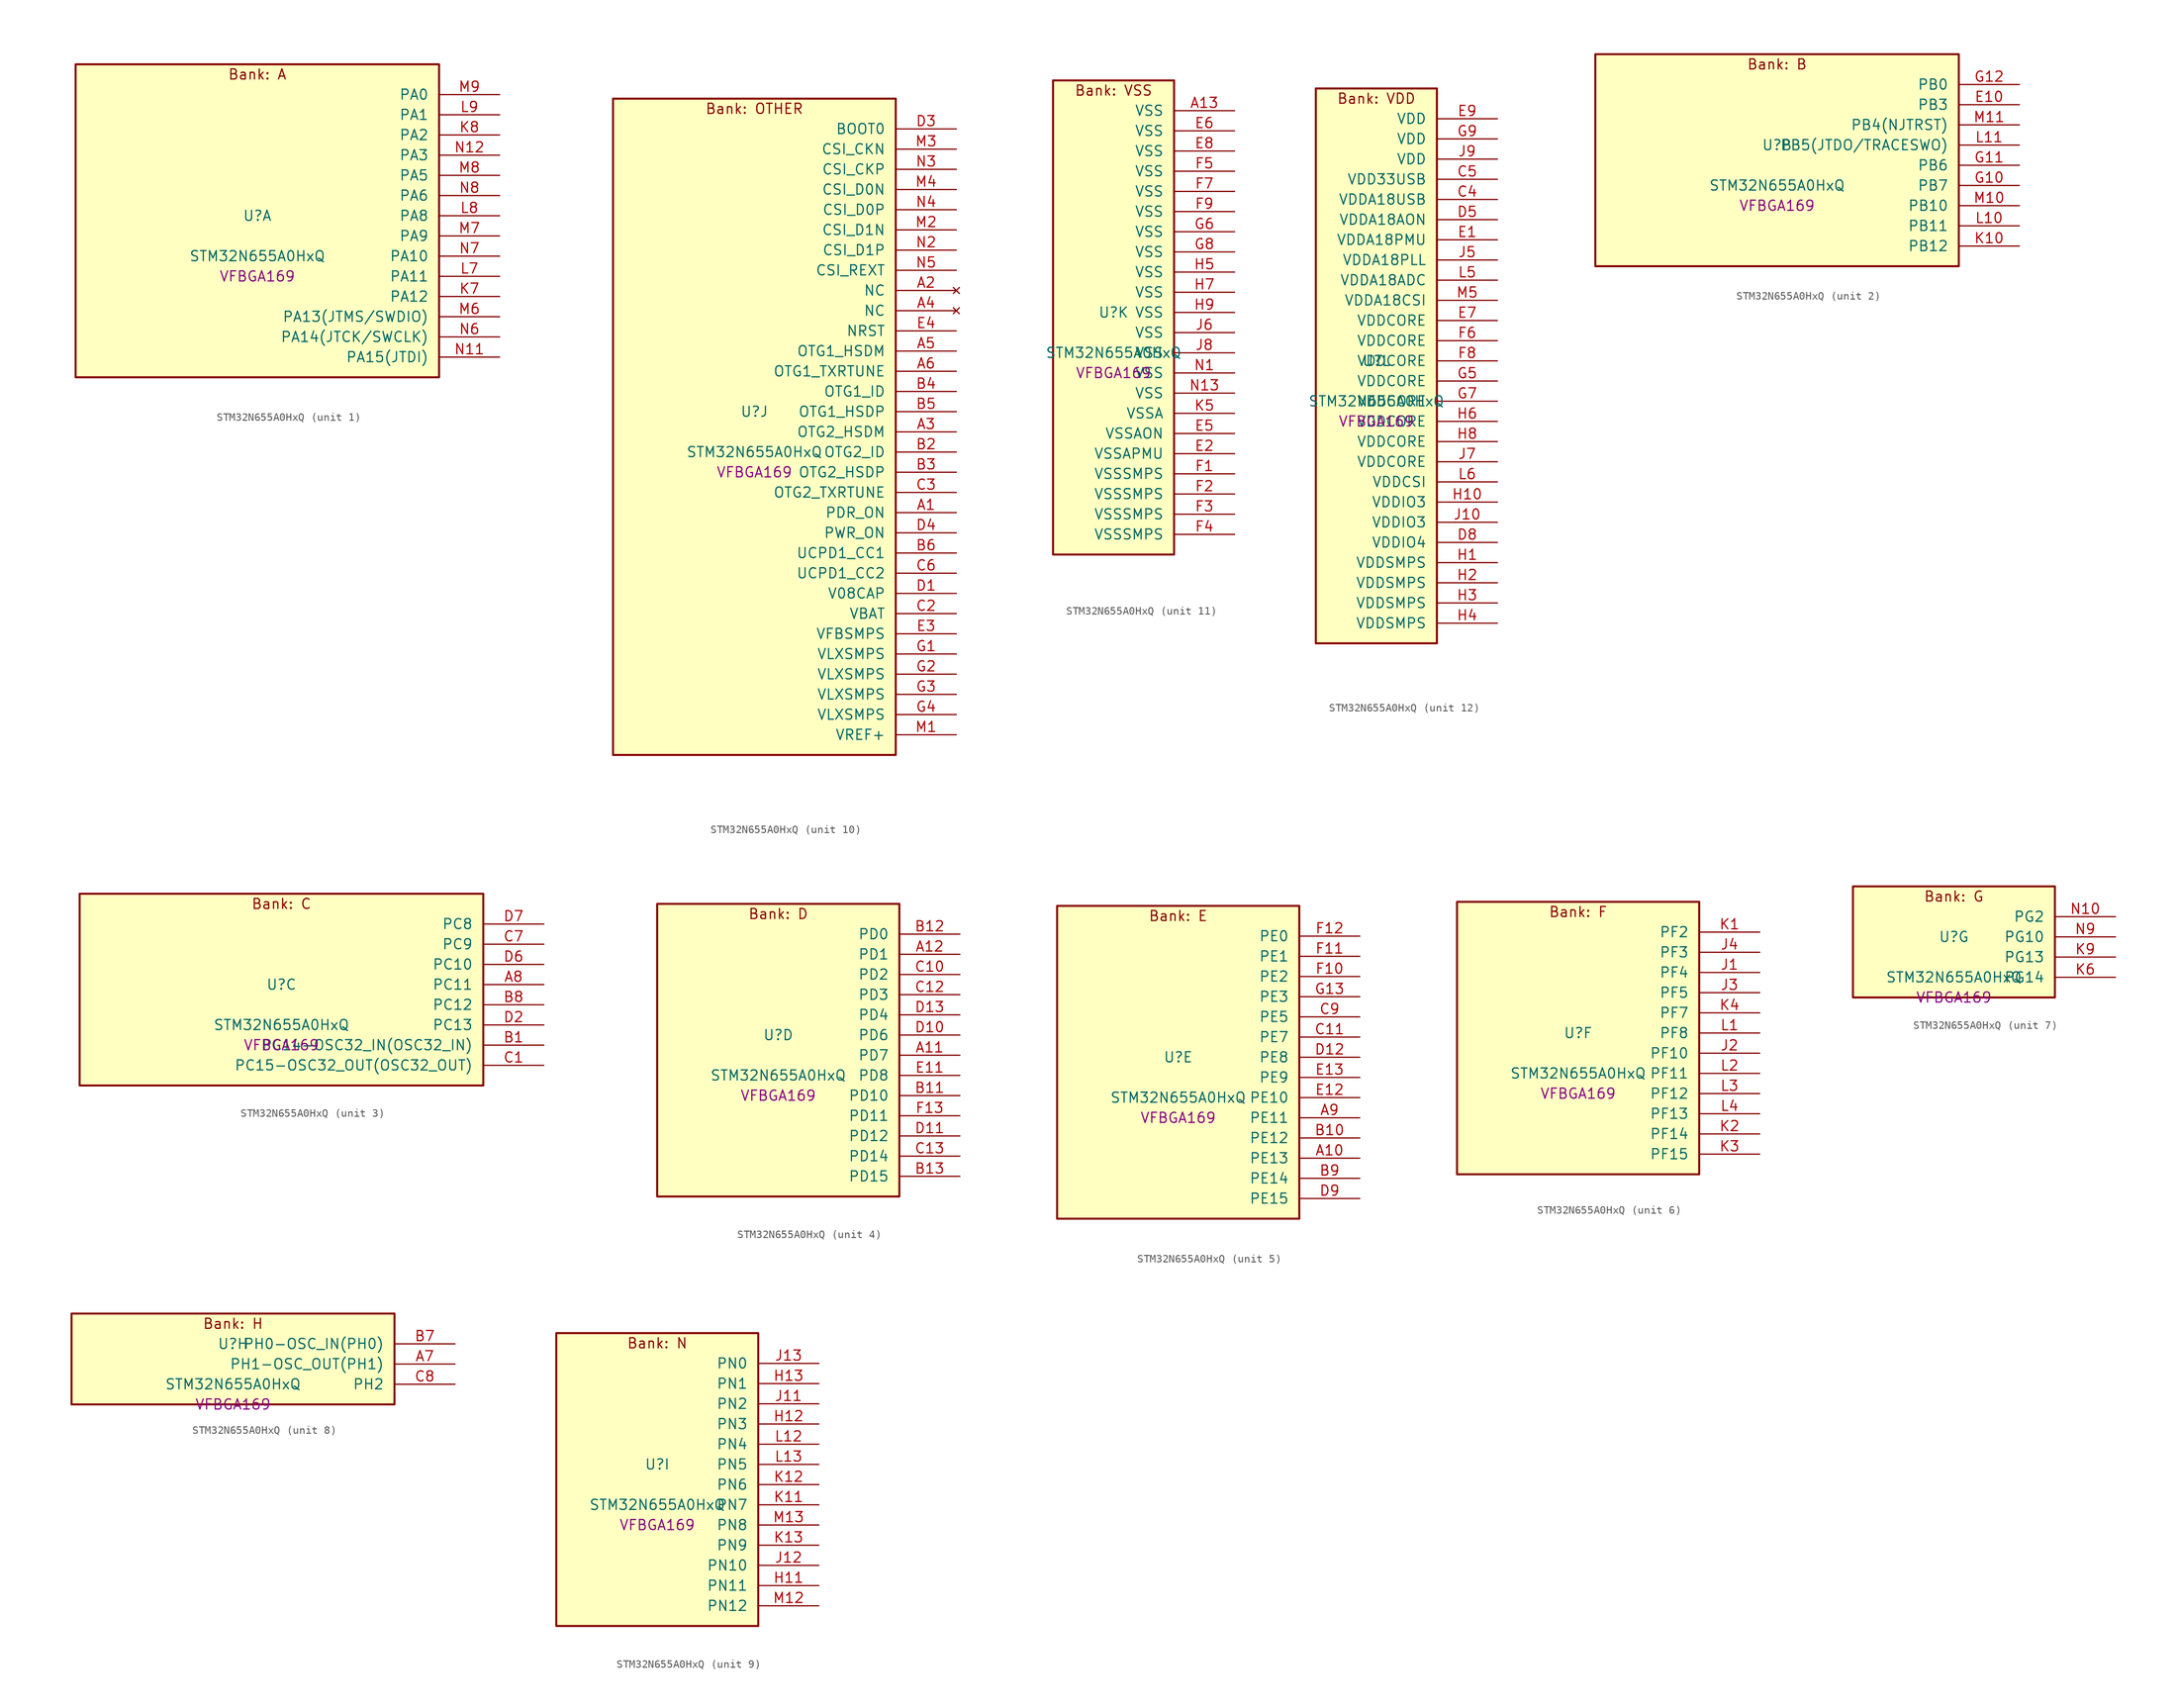
<source format=kicad_sym>
(kicad_symbol_lib
  (version 20241209)
  (generator "stm32_pkl_generator")
  (generator_version "1.0")
  (symbol "STM32N655A0HxQ"
    (pin_names
      (offset 1.27))
    (property "Reference" "U"
      (at 0 2.54 0))
    (property "Value" "STM32N655A0HxQ"
      (at 0 -2.54 0))
    (property "Footprint" "VFBGA169"
      (at 0 -5.08 0))
    (symbol "STM32N655A0HxQ_1_1"
      (rectangle (start -22.86 21.59) (end 22.86 -17.78) (stroke (width 0.254) (type solid)) (fill (type background)))
      (text "Bank: A" (at 0 20.32 0))
      (pin bidirectional line (at 30.48 17.78 180) (length 7.62) (name "PA0") (number "M9") (alternate "PA0/ADC1_INN1" bidirectional line) (alternate "PA0/ADC1_INP0" bidirectional line) (alternate "PA0/ADC2_INN1" bidirectional line) (alternate "PA0/ADC2_INP0" bidirectional line) (alternate "PA0/HDP_HDP0" bidirectional line) (alternate "PA0/I2S6_WS" bidirectional line) (alternate "PA0/LTDC_G3" bidirectional line) (alternate "PA0/PWR_WKUP1" bidirectional line) (alternate "PA0/SAI2_SD_B" bidirectional line) (alternate "PA0/SPI6_NSS" bidirectional line) (alternate "PA0/TIM15_BKIN" bidirectional line) (alternate "PA0/TIM2_CH1" bidirectional line) (alternate "PA0/TIM9_CH1" bidirectional line) (alternate "PA0/UART4_TX" bidirectional line))
      (pin bidirectional line (at 30.48 15.24 180) (length 7.62) (name "PA1") (number "L9") (alternate "PA1/ADC1_INP1" bidirectional line) (alternate "PA1/ADC2_INP1" bidirectional line) (alternate "PA1/DCMIPP_D0" bidirectional line) (alternate "PA1/DCMI_D0" bidirectional line) (alternate "PA1/HDP_HDP1" bidirectional line) (alternate "PA1/LTDC_G2" bidirectional line) (alternate "PA1/PSSI_D0" bidirectional line) (alternate "PA1/SAI2_MCLK_B" bidirectional line) (alternate "PA1/TIM15_CH1N" bidirectional line) (alternate "PA1/TIM2_CH2" bidirectional line) (alternate "PA1/UART4_RX" bidirectional line))
      (pin bidirectional line (at 30.48 12.7 180) (length 7.62) (name "PA2") (number "K8") (alternate "PA2/ADC1_INP14" bidirectional line) (alternate "PA2/ADC2_INP14" bidirectional line) (alternate "PA2/HDP_HDP2" bidirectional line) (alternate "PA2/LTDC_B7" bidirectional line) (alternate "PA2/MDIOS_MDIO" bidirectional line) (alternate "PA2/PWR_WKUP2" bidirectional line) (alternate "PA2/SAI2_SCK_B" bidirectional line) (alternate "PA2/TIM15_CH1" bidirectional line) (alternate "PA2/TIM2_CH3" bidirectional line))
      (pin bidirectional line (at 30.48 10.16 180) (length 7.62) (name "PA3") (number "N12") (alternate "PA3/SAI1_SD_B" bidirectional line) (alternate "PA3/SPI5_NSS" bidirectional line) (alternate "PA3/TIM16_CH1" bidirectional line) (alternate "PA3/UART7_RX" bidirectional line))
      (pin bidirectional line (at 30.48 7.62 180) (length 7.62) (name "PA5") (number "M8") (alternate "PA5/ADC2_INP18" bidirectional line) (alternate "PA5/DCMIPP_D8" bidirectional line) (alternate "PA5/DCMI_D8" bidirectional line) (alternate "PA5/HDP_HDP5" bidirectional line) (alternate "PA5/I2S1_CK" bidirectional line) (alternate "PA5/I2S6_CK" bidirectional line) (alternate "PA5/I3C1_SCL" bidirectional line) (alternate "PA5/LTDC_CLK" bidirectional line) (alternate "PA5/PSSI_D8" bidirectional line) (alternate "PA5/PWR_CSTOP" bidirectional line) (alternate "PA5/SPI1_SCK" bidirectional line) (alternate "PA5/SPI6_SCK" bidirectional line) (alternate "PA5/TIM10_CH1" bidirectional line) (alternate "PA5/TIM2_CH1" bidirectional line) (alternate "PA5/TIM2_ETR" bidirectional line) (alternate "PA5/TIM9_CH2" bidirectional line))
      (pin bidirectional line (at 30.48 5.08 180) (length 7.62) (name "PA6") (number "N8") (alternate "PA6/ADC1_INP3" bidirectional line) (alternate "PA6/ADC2_INP3" bidirectional line) (alternate "PA6/BOOT1" bidirectional line) (alternate "PA6/DCMIPP_PIXCLK" bidirectional line) (alternate "PA6/DCMI_PIXCLK" bidirectional line) (alternate "PA6/HDP_HDP6" bidirectional line) (alternate "PA6/I2S1_SDI" bidirectional line) (alternate "PA6/I2S6_SDI" bidirectional line) (alternate "PA6/I3C1_SDA" bidirectional line) (alternate "PA6/LTDC_B7" bidirectional line) (alternate "PA6/LTDC_HSYNC" bidirectional line) (alternate "PA6/MDIOS_MDC" bidirectional line) (alternate "PA6/PSSI_PDCK" bidirectional line) (alternate "PA6/SPI1_MISO" bidirectional line) (alternate "PA6/SPI6_MISO" bidirectional line) (alternate "PA6/TIM13_CH1" bidirectional line) (alternate "PA6/TIM1_BKIN" bidirectional line) (alternate "PA6/TIM3_CH1" bidirectional line))
      (pin bidirectional line (at 30.48 2.54 180) (length 7.62) (name "PA8") (number "L8") (alternate "PA8/ADC1_INP5" bidirectional line) (alternate "PA8/ADC2_INP5" bidirectional line) (alternate "PA8/HDP_HDP0" bidirectional line) (alternate "PA8/I2C3_SCL" bidirectional line) (alternate "PA8/I3C2_SCL" bidirectional line) (alternate "PA8/LTDC_B6" bidirectional line) (alternate "PA8/RCC_MCO_1" bidirectional line) (alternate "PA8/TIM11_CH1" bidirectional line) (alternate "PA8/TIM1_CH1" bidirectional line) (alternate "PA8/UART7_RX" bidirectional line) (alternate "PA8/USART1_CK" bidirectional line))
      (pin bidirectional line (at 30.48 0 180) (length 7.62) (name "PA9") (number "M7") (alternate "PA9/ADC1_INP10" bidirectional line) (alternate "PA9/ADC2_INP10" bidirectional line) (alternate "PA9/DCMIPP_D0" bidirectional line) (alternate "PA9/DCMI_D0" bidirectional line) (alternate "PA9/HDP_HDP1" bidirectional line) (alternate "PA9/I2C3_SDA" bidirectional line) (alternate "PA9/I2S2_CK" bidirectional line) (alternate "PA9/I3C2_SDA" bidirectional line) (alternate "PA9/LPUART1_TX" bidirectional line) (alternate "PA9/LTDC_B5" bidirectional line) (alternate "PA9/PSSI_D0" bidirectional line) (alternate "PA9/SPI2_SCK" bidirectional line) (alternate "PA9/TIM1_CH2" bidirectional line) (alternate "PA9/USART1_TX" bidirectional line))
      (pin bidirectional line (at 30.48 -2.54 180) (length 7.62) (name "PA10") (number "N7") (alternate "PA10/ADC1_INN10" bidirectional line) (alternate "PA10/ADC1_INP11" bidirectional line) (alternate "PA10/ADC2_INN10" bidirectional line) (alternate "PA10/ADC2_INP11" bidirectional line) (alternate "PA10/DCMIPP_D1" bidirectional line) (alternate "PA10/DCMI_D1" bidirectional line) (alternate "PA10/HDP_HDP2" bidirectional line) (alternate "PA10/LPUART1_RX" bidirectional line) (alternate "PA10/LTDC_B4" bidirectional line) (alternate "PA10/MDIOS_MDIO" bidirectional line) (alternate "PA10/PSSI_D1" bidirectional line) (alternate "PA10/PWR_CSLEEP" bidirectional line) (alternate "PA10/TIM1_CH3" bidirectional line) (alternate "PA10/USART1_RX" bidirectional line))
      (pin bidirectional line (at 30.48 -5.08 180) (length 7.62) (name "PA11") (number "L7") (alternate "PA11/ADC1_EXTI11" bidirectional line) (alternate "PA11/ADC1_INN11" bidirectional line) (alternate "PA11/ADC1_INP12" bidirectional line) (alternate "PA11/ADC2_EXTI11" bidirectional line) (alternate "PA11/ADC2_INN11" bidirectional line) (alternate "PA11/ADC2_INP12" bidirectional line) (alternate "PA11/FDCAN1_RX" bidirectional line) (alternate "PA11/HDP_HDP3" bidirectional line) (alternate "PA11/I2S2_WS" bidirectional line) (alternate "PA11/LPUART1_CTS" bidirectional line) (alternate "PA11/LTDC_B3" bidirectional line) (alternate "PA11/SPI2_NSS" bidirectional line) (alternate "PA11/TIM1_CH4" bidirectional line) (alternate "PA11/UART4_RX" bidirectional line) (alternate "PA11/USART1_CTS" bidirectional line) (alternate "PA11/USART1_NSS" bidirectional line))
      (pin bidirectional line (at 30.48 -7.62 180) (length 7.62) (name "PA12") (number "K7") (alternate "PA12/ADC1_INN12" bidirectional line) (alternate "PA12/ADC1_INP13" bidirectional line) (alternate "PA12/ADC2_INN12" bidirectional line) (alternate "PA12/ADC2_INP13" bidirectional line) (alternate "PA12/FDCAN1_TX" bidirectional line) (alternate "PA12/HDP_HDP4" bidirectional line) (alternate "PA12/I2S2_CK" bidirectional line) (alternate "PA12/LPUART1_RTS" bidirectional line) (alternate "PA12/LTDC_B2" bidirectional line) (alternate "PA12/SAI2_FS_B" bidirectional line) (alternate "PA12/SPI2_SCK" bidirectional line) (alternate "PA12/TIM1_ETR" bidirectional line) (alternate "PA12/UART4_TX" bidirectional line) (alternate "PA12/USART1_RTS" bidirectional line))
      (pin bidirectional line (at 30.48 -10.16 180) (length 7.62) (name "PA13(JTMS/SWDIO)") (number "M6") (alternate "PA13(JTMS/SWDIO)/DEBUG_JTMS-SWDIO" bidirectional line) (alternate "PA13(JTMS/SWDIO)/HDP_HDP5" bidirectional line))
      (pin bidirectional line (at 30.48 -12.7 180) (length 7.62) (name "PA14(JTCK/SWCLK)") (number "N6") (alternate "PA14(JTCK/SWCLK)/DEBUG_JTCK-SWCLK" bidirectional line) (alternate "PA14(JTCK/SWCLK)/HDP_HDP6" bidirectional line))
      (pin bidirectional line (at 30.48 -15.24 180) (length 7.62) (name "PA15(JTDI)") (number "N11") (alternate "PA15(JTDI)/ADC1_EXTI15" bidirectional line) (alternate "PA15(JTDI)/ADC2_EXTI15" bidirectional line) (alternate "PA15(JTDI)/DEBUG_JTDI" bidirectional line) (alternate "PA15(JTDI)/HDP_HDP7" bidirectional line) (alternate "PA15(JTDI)/I2S1_WS" bidirectional line) (alternate "PA15(JTDI)/I2S3_WS" bidirectional line) (alternate "PA15(JTDI)/I2S6_WS" bidirectional line) (alternate "PA15(JTDI)/LTDC_R5" bidirectional line) (alternate "PA15(JTDI)/SPI1_NSS" bidirectional line) (alternate "PA15(JTDI)/SPI3_NSS" bidirectional line) (alternate "PA15(JTDI)/SPI6_NSS" bidirectional line) (alternate "PA15(JTDI)/TIM2_CH1" bidirectional line) (alternate "PA15(JTDI)/TIM2_ETR" bidirectional line) (alternate "PA15(JTDI)/UART4_DE" bidirectional line) (alternate "PA15(JTDI)/UART4_RTS" bidirectional line) (alternate "PA15(JTDI)/UART7_TX" bidirectional line)))
    (symbol "STM32N655A0HxQ_2_1"
      (rectangle (start -22.86 13.97) (end 22.86 -12.7) (stroke (width 0.254) (type solid)) (fill (type background)))
      (text "Bank: B" (at 0 12.7 0))
      (pin bidirectional line (at 30.48 10.16 180) (length 7.62) (name "PB0") (number "G12") (alternate "PB0/ADF1_SDI0" bidirectional line) (alternate "PB0/DCMIPP_D4" bidirectional line) (alternate "PB0/DCMI_D4" bidirectional line) (alternate "PB0/DEBUG_TRACED1" bidirectional line) (alternate "PB0/MDF1_SDI2" bidirectional line) (alternate "PB0/PSSI_D4" bidirectional line) (alternate "PB0/SAI1_D2" bidirectional line) (alternate "PB0/SAI1_FS_A" bidirectional line) (alternate "PB0/SPI4_NSS" bidirectional line) (alternate "PB0/TIM15_CH1N" bidirectional line) (alternate "PB0/TIM1_CH4" bidirectional line))
      (pin bidirectional line (at 30.48 7.62 180) (length 7.62) (name "PB3") (number "E10") (alternate "PB3/DEBUG_JTDO-SWO" bidirectional line) (alternate "PB3/DEBUG_TRACECLK" bidirectional line) (alternate "PB3/GFXTIM_FCKCAL" bidirectional line) (alternate "PB3/GFXTIM_LCKCAL" bidirectional line) (alternate "PB3/HDP_HDP0" bidirectional line) (alternate "PB3/MDF1_CKI1" bidirectional line) (alternate "PB3/SAI2_FS_B" bidirectional line) (alternate "PB3/TIM1_CH4N" bidirectional line) (alternate "PB3/USART1_CK" bidirectional line))
      (pin bidirectional line (at 30.48 5.08 180) (length 7.62) (name "PB4(NJTRST)") (number "M11") (alternate "PB4(NJTRST)/DCMIPP_VSYNC" bidirectional line) (alternate "PB4(NJTRST)/DCMI_VSYNC" bidirectional line) (alternate "PB4(NJTRST)/DEBUG_NJTRST" bidirectional line) (alternate "PB4(NJTRST)/HDP_HDP4" bidirectional line) (alternate "PB4(NJTRST)/I2S1_SDI" bidirectional line) (alternate "PB4(NJTRST)/I2S2_WS" bidirectional line) (alternate "PB4(NJTRST)/I2S3_SDI" bidirectional line) (alternate "PB4(NJTRST)/I2S6_SDI" bidirectional line) (alternate "PB4(NJTRST)/LTDC_R3" bidirectional line) (alternate "PB4(NJTRST)/PSSI_RDY" bidirectional line) (alternate "PB4(NJTRST)/SPI1_MISO" bidirectional line) (alternate "PB4(NJTRST)/SPI2_NSS" bidirectional line) (alternate "PB4(NJTRST)/SPI3_MISO" bidirectional line) (alternate "PB4(NJTRST)/SPI6_MISO" bidirectional line) (alternate "PB4(NJTRST)/TIM16_BKIN" bidirectional line) (alternate "PB4(NJTRST)/TIM3_CH1" bidirectional line) (alternate "PB4(NJTRST)/UART7_TX" bidirectional line))
      (pin bidirectional line (at 30.48 2.54 180) (length 7.62) (name "PB5(JTDO/TRACESWO)") (number "L11") (alternate "PB5(JTDO/TRACESWO)/DCMIPP_D10" bidirectional line) (alternate "PB5(JTDO/TRACESWO)/DCMI_D10" bidirectional line) (alternate "PB5(JTDO/TRACESWO)/DEBUG_JTDO-SWO" bidirectional line) (alternate "PB5(JTDO/TRACESWO)/FDCAN2_RX" bidirectional line) (alternate "PB5(JTDO/TRACESWO)/HDP_HDP5" bidirectional line) (alternate "PB5(JTDO/TRACESWO)/I2S1_SDO" bidirectional line) (alternate "PB5(JTDO/TRACESWO)/I2S3_SDO" bidirectional line) (alternate "PB5(JTDO/TRACESWO)/I2S6_SDO" bidirectional line) (alternate "PB5(JTDO/TRACESWO)/LTDC_R2" bidirectional line) (alternate "PB5(JTDO/TRACESWO)/PSSI_D10" bidirectional line) (alternate "PB5(JTDO/TRACESWO)/SPI1_MOSI" bidirectional line) (alternate "PB5(JTDO/TRACESWO)/SPI3_MOSI" bidirectional line) (alternate "PB5(JTDO/TRACESWO)/SPI6_MOSI" bidirectional line) (alternate "PB5(JTDO/TRACESWO)/TIM3_CH2" bidirectional line) (alternate "PB5(JTDO/TRACESWO)/UART5_RX" bidirectional line))
      (pin bidirectional line (at 30.48 0 180) (length 7.62) (name "PB6") (number "G11") (alternate "PB6/ADF1_CCK1" bidirectional line) (alternate "PB6/DCMIPP_D6" bidirectional line) (alternate "PB6/DCMI_D6" bidirectional line) (alternate "PB6/DEBUG_TRACED2" bidirectional line) (alternate "PB6/MDF1_CCK1" bidirectional line) (alternate "PB6/PSSI_D6" bidirectional line) (alternate "PB6/SAI1_CK2" bidirectional line) (alternate "PB6/SAI1_SCK_A" bidirectional line) (alternate "PB6/SPI4_MISO" bidirectional line) (alternate "PB6/TIM15_CH1" bidirectional line))
      (pin bidirectional line (at 30.48 -2.54 180) (length 7.62) (name "PB7") (number "G10") (alternate "PB7/ADF1_SDI0" bidirectional line) (alternate "PB7/DCMIPP_D7" bidirectional line) (alternate "PB7/DCMI_D7" bidirectional line) (alternate "PB7/DEBUG_TRACED3" bidirectional line) (alternate "PB7/MDF1_SDI1" bidirectional line) (alternate "PB7/PSSI_D7" bidirectional line) (alternate "PB7/SAI1_D1" bidirectional line) (alternate "PB7/SAI1_SD_A" bidirectional line) (alternate "PB7/SAI2_MCLK_B" bidirectional line) (alternate "PB7/SPI4_MOSI" bidirectional line) (alternate "PB7/TIM15_CH2" bidirectional line) (alternate "PB7/TIM1_BKIN2" bidirectional line))
      (pin bidirectional line (at 30.48 -5.08 180) (length 7.62) (name "PB10") (number "M10") (alternate "PB10/ADC1_INN4" bidirectional line) (alternate "PB10/ADC1_INP8" bidirectional line) (alternate "PB10/ADC2_INN4" bidirectional line) (alternate "PB10/ADC2_INP8" bidirectional line) (alternate "PB10/HDP_HDP2" bidirectional line) (alternate "PB10/I2C2_SCL" bidirectional line) (alternate "PB10/I2S2_CK" bidirectional line) (alternate "PB10/I3C2_SCL" bidirectional line) (alternate "PB10/LPTIM2_IN1" bidirectional line) (alternate "PB10/LTDC_G7" bidirectional line) (alternate "PB10/SPI2_SCK" bidirectional line) (alternate "PB10/TIM2_CH3" bidirectional line) (alternate "PB10/USART3_TX" bidirectional line))
      (pin bidirectional line (at 30.48 -7.62 180) (length 7.62) (name "PB11") (number "L10") (alternate "PB11/ADC1_EXTI11" bidirectional line) (alternate "PB11/ADC1_INP4" bidirectional line) (alternate "PB11/ADC2_EXTI11" bidirectional line) (alternate "PB11/ADC2_INP4" bidirectional line) (alternate "PB11/HDP_HDP3" bidirectional line) (alternate "PB11/I2C2_SDA" bidirectional line) (alternate "PB11/I3C2_SDA" bidirectional line) (alternate "PB11/LPTIM2_ETR" bidirectional line) (alternate "PB11/LTDC_G6" bidirectional line) (alternate "PB11/TIM2_CH4" bidirectional line) (alternate "PB11/USART3_RX" bidirectional line))
      (pin bidirectional line (at 30.48 -10.16 180) (length 7.62) (name "PB12") (number "K10") (alternate "PB12/FDCAN2_RX" bidirectional line) (alternate "PB12/HDP_HDP4" bidirectional line) (alternate "PB12/I2C2_SMBA" bidirectional line) (alternate "PB12/I2S2_WS" bidirectional line) (alternate "PB12/LPTIM2_IN2" bidirectional line) (alternate "PB12/LTDC_G5" bidirectional line) (alternate "PB12/SPI2_NSS" bidirectional line) (alternate "PB12/TIM1_BKIN" bidirectional line) (alternate "PB12/UART5_RX" bidirectional line) (alternate "PB12/USART3_CK" bidirectional line)))
    (symbol "STM32N655A0HxQ_3_1"
      (rectangle (start -25.4 13.97) (end 25.4 -10.16) (stroke (width 0.254) (type solid)) (fill (type background)))
      (text "Bank: C" (at 0 12.7 0))
      (pin bidirectional line (at 33.02 10.16 180) (length 7.62) (name "PC8") (number "D7") (alternate "PC8/DCMIPP_D2" bidirectional line) (alternate "PC8/DCMI_D2" bidirectional line) (alternate "PC8/DEBUG_TRACED1" bidirectional line) (alternate "PC8/HDP_HDP0" bidirectional line) (alternate "PC8/I2C3_SMBA" bidirectional line) (alternate "PC8/LTDC_B0" bidirectional line) (alternate "PC8/PSSI_D2" bidirectional line) (alternate "PC8/TIM3_CH3" bidirectional line) (alternate "PC8/UART5_DE" bidirectional line) (alternate "PC8/UART5_RTS" bidirectional line) (alternate "PC8/UCPD1_FRSTX1" bidirectional line) (alternate "PC8/USART6_CK" bidirectional line))
      (pin bidirectional line (at 33.02 7.62 180) (length 7.62) (name "PC9") (number "C7") (alternate "PC9/AUDIOCLK" bidirectional line) (alternate "PC9/DCMIPP_D3" bidirectional line) (alternate "PC9/DCMI_D3" bidirectional line) (alternate "PC9/HDP_HDP1" bidirectional line) (alternate "PC9/I2C3_SDA" bidirectional line) (alternate "PC9/LTDC_B3" bidirectional line) (alternate "PC9/PSSI_D3" bidirectional line) (alternate "PC9/RCC_MCO_2" bidirectional line) (alternate "PC9/TIM3_CH4" bidirectional line) (alternate "PC9/UART5_CTS" bidirectional line) (alternate "PC9/UCPD1_FRSTX2" bidirectional line) (alternate "PC9/USART6_RX" bidirectional line))
      (pin bidirectional line (at 33.02 5.08 180) (length 7.62) (name "PC10") (number "D6") (alternate "PC10/DCMIPP_D14" bidirectional line) (alternate "PC10/HDP_HDP2" bidirectional line) (alternate "PC10/I2C4_SCL" bidirectional line) (alternate "PC10/I2S3_CK" bidirectional line) (alternate "PC10/I3C2_SCL" bidirectional line) (alternate "PC10/PSSI_D14" bidirectional line) (alternate "PC10/SPI3_SCK" bidirectional line) (alternate "PC10/TIM1_BKIN" bidirectional line) (alternate "PC10/UART4_TX" bidirectional line) (alternate "PC10/USART3_TX" bidirectional line))
      (pin bidirectional line (at 33.02 2.54 180) (length 7.62) (name "PC11") (number "A8") (alternate "PC11/ADC1_EXTI11" bidirectional line) (alternate "PC11/ADC2_EXTI11" bidirectional line) (alternate "PC11/DCMIPP_D4" bidirectional line) (alternate "PC11/DCMI_D4" bidirectional line) (alternate "PC11/HDP_HDP3" bidirectional line) (alternate "PC11/I2C4_SDA" bidirectional line) (alternate "PC11/I2S3_SDI" bidirectional line) (alternate "PC11/I3C2_SDA" bidirectional line) (alternate "PC11/PSSI_D4" bidirectional line) (alternate "PC11/SPI3_MISO" bidirectional line) (alternate "PC11/UART4_RX" bidirectional line) (alternate "PC11/USART3_RX" bidirectional line))
      (pin bidirectional line (at 33.02 0 180) (length 7.62) (name "PC12") (number "B8") (alternate "PC12/DCMIPP_D9" bidirectional line) (alternate "PC12/DCMI_D9" bidirectional line) (alternate "PC12/DEBUG_TRACED3" bidirectional line) (alternate "PC12/HDP_HDP4" bidirectional line) (alternate "PC12/I2S3_SDO" bidirectional line) (alternate "PC12/I2S6_CK" bidirectional line) (alternate "PC12/PSSI_D9" bidirectional line) (alternate "PC12/SPI3_MOSI" bidirectional line) (alternate "PC12/SPI6_SCK" bidirectional line) (alternate "PC12/TIM15_CH1" bidirectional line) (alternate "PC12/TIM1_CH4" bidirectional line) (alternate "PC12/UART5_TX" bidirectional line) (alternate "PC12/USART3_CK" bidirectional line))
      (pin bidirectional line (at 33.02 -2.54 180) (length 7.62) (name "PC13") (number "D2") (alternate "PC13/HDP_HDP5" bidirectional line) (alternate "PC13/PWR_WKUP3" bidirectional line) (alternate "PC13/RTC_OUT1" bidirectional line) (alternate "PC13/RTC_TS" bidirectional line) (alternate "PC13/TAMP_IN1" bidirectional line) (alternate "PC13/TAMP_OUT2" bidirectional line))
      (pin bidirectional line (at 33.02 -5.08 180) (length 7.62) (name "PC14-OSC32_IN(OSC32_IN)") (number "B1") (alternate "PC14-OSC32_IN(OSC32_IN)/RCC_OSC32_IN" bidirectional line))
      (pin bidirectional line (at 33.02 -7.62 180) (length 7.62) (name "PC15-OSC32_OUT(OSC32_OUT)") (number "C1") (alternate "PC15-OSC32_OUT(OSC32_OUT)/ADC1_EXTI15" bidirectional line) (alternate "PC15-OSC32_OUT(OSC32_OUT)/ADC2_EXTI15" bidirectional line) (alternate "PC15-OSC32_OUT(OSC32_OUT)/RCC_OSC32_OUT" bidirectional line)))
    (symbol "STM32N655A0HxQ_4_1"
      (rectangle (start -15.24 19.05) (end 15.24 -17.78) (stroke (width 0.254) (type solid)) (fill (type background)))
      (text "Bank: D" (at 0 17.78 0))
      (pin bidirectional line (at 22.86 15.24 180) (length 7.62) (name "PD0") (number "B12") (alternate "PD0/DCMIPP_HSYNC" bidirectional line) (alternate "PD0/DCMI_HSYNC" bidirectional line) (alternate "PD0/FDCAN1_RX" bidirectional line) (alternate "PD0/PSSI_DE" bidirectional line) (alternate "PD0/TIM1_ETR" bidirectional line) (alternate "PD0/UART4_RX" bidirectional line))
      (pin bidirectional line (at 22.86 12.7 180) (length 7.62) (name "PD1") (number "A12") (alternate "PD1/ETH1_MDC" bidirectional line) (alternate "PD1/FDCAN1_TX" bidirectional line) (alternate "PD1/UART4_TX" bidirectional line))
      (pin bidirectional line (at 22.86 10.16 180) (length 7.62) (name "PD2") (number "C10") (alternate "PD2/ADF1_SDI0" bidirectional line) (alternate "PD2/DEBUG_TRACED0" bidirectional line) (alternate "PD2/HDP_HDP1" bidirectional line) (alternate "PD2/I2S2_SDO" bidirectional line) (alternate "PD2/MDF1_SDI1" bidirectional line) (alternate "PD2/MDIOS_MDC" bidirectional line) (alternate "PD2/PWR_WKUP4" bidirectional line) (alternate "PD2/SAI1_D1" bidirectional line) (alternate "PD2/SAI1_SD_A" bidirectional line) (alternate "PD2/SPI2_MOSI" bidirectional line) (alternate "PD2/TIM15_CH1N" bidirectional line) (alternate "PD2/TIM1_CH3" bidirectional line))
      (pin bidirectional line (at 22.86 7.62 180) (length 7.62) (name "PD3") (number "C12") (alternate "PD3/DCMIPP_D14" bidirectional line) (alternate "PD3/ETH1_PHY_INTN" bidirectional line) (alternate "PD3/I2C2_SMBA" bidirectional line) (alternate "PD3/PSSI_D14" bidirectional line) (alternate "PD3/USART6_CTS" bidirectional line))
      (pin bidirectional line (at 22.86 5.08 180) (length 7.62) (name "PD4") (number "D13") (alternate "PD4/DCMIPP_D9" bidirectional line) (alternate "PD4/DCMI_D9" bidirectional line) (alternate "PD4/I2C2_SDA" bidirectional line) (alternate "PD4/PSSI_D9" bidirectional line) (alternate "PD4/SPI5_MISO" bidirectional line) (alternate "PD4/TAMP_IN7" bidirectional line) (alternate "PD4/TAMP_OUT8" bidirectional line) (alternate "PD4/TIM1_BKIN2" bidirectional line) (alternate "PD4/USART6_RTS" bidirectional line))
      (pin bidirectional line (at 22.86 2.54 180) (length 7.62) (name "PD6") (number "D10") (alternate "PD6/HDP_HDP2" bidirectional line) (alternate "PD6/I2S2_SDI" bidirectional line) (alternate "PD6/SPI2_MISO" bidirectional line) (alternate "PD6/TIM15_CH2" bidirectional line) (alternate "PD6/TIM1_CH1" bidirectional line))
      (pin bidirectional line (at 22.86 0 180) (length 7.62) (name "PD7") (number "A11") (alternate "PD7/DCMIPP_D0" bidirectional line) (alternate "PD7/DCMI_D0" bidirectional line) (alternate "PD7/HDP_HDP3" bidirectional line) (alternate "PD7/I2S2_SDO" bidirectional line) (alternate "PD7/I2S3_WS" bidirectional line) (alternate "PD7/PSSI_D0" bidirectional line) (alternate "PD7/SPI2_MOSI" bidirectional line) (alternate "PD7/SPI3_NSS" bidirectional line) (alternate "PD7/TIM15_CH1N" bidirectional line) (alternate "PD7/TIM1_CH2" bidirectional line))
      (pin bidirectional line (at 22.86 -2.54 180) (length 7.62) (name "PD8") (number "E11") (alternate "PD8/DCMIPP_D11" bidirectional line) (alternate "PD8/DCMI_D11" bidirectional line) (alternate "PD8/LTDC_R7" bidirectional line) (alternate "PD8/PSSI_D11" bidirectional line) (alternate "PD8/TAMP_IN3" bidirectional line) (alternate "PD8/TAMP_OUT4" bidirectional line) (alternate "PD8/USART3_TX" bidirectional line))
      (pin bidirectional line (at 22.86 -5.08 180) (length 7.62) (name "PD10") (number "B11") (alternate "PD10/DEBUG_TRACECLK" bidirectional line) (alternate "PD10/GFXTIM_TE" bidirectional line) (alternate "PD10/HDP_HDP4" bidirectional line) (alternate "PD10/I2S1_MCK" bidirectional line) (alternate "PD10/MDF1_CKI3" bidirectional line) (alternate "PD10/SAI2_FS_B" bidirectional line) (alternate "PD10/TIM1_ETR" bidirectional line) (alternate "PD10/UCPD1_FRSTX1" bidirectional line))
      (pin bidirectional line (at 22.86 -7.62 180) (length 7.62) (name "PD11") (number "F13") (alternate "PD11/ADC1_EXTI11" bidirectional line) (alternate "PD11/ADC2_EXTI11" bidirectional line) (alternate "PD11/DCMIPP_D15" bidirectional line) (alternate "PD11/I2C4_SDA" bidirectional line) (alternate "PD11/I2S2_SDI" bidirectional line) (alternate "PD11/PSSI_D15" bidirectional line) (alternate "PD11/SPI2_MISO" bidirectional line) (alternate "PD11/UCPD1_FRSTX1" bidirectional line))
      (pin bidirectional line (at 22.86 -10.16 180) (length 7.62) (name "PD12") (number "D11") (alternate "PD12/DCMIPP_D12" bidirectional line) (alternate "PD12/DCMI_D12" bidirectional line) (alternate "PD12/ETH1_MDIO" bidirectional line) (alternate "PD12/HDP_HDP5" bidirectional line) (alternate "PD12/MDF1_SDI3" bidirectional line) (alternate "PD12/PSSI_D12" bidirectional line) (alternate "PD12/SAI1_D3" bidirectional line) (alternate "PD12/UCPD1_FRSTX2" bidirectional line))
      (pin bidirectional line (at 22.86 -12.7 180) (length 7.62) (name "PD14") (number "C13") (alternate "PD14/I2C2_SCL" bidirectional line))
      (pin bidirectional line (at 22.86 -15.24 180) (length 7.62) (name "PD15") (number "B13") (alternate "PD15/ADC1_EXTI15" bidirectional line) (alternate "PD15/ADC2_EXTI15" bidirectional line) (alternate "PD15/I2C2_SDA" bidirectional line) (alternate "PD15/LTDC_R2" bidirectional line)))
    (symbol "STM32N655A0HxQ_5_1"
      (rectangle (start -15.24 21.59) (end 15.24 -17.78) (stroke (width 0.254) (type solid)) (fill (type background)))
      (text "Bank: E" (at 0 20.32 0))
      (pin bidirectional line (at 22.86 17.78 180) (length 7.62) (name "PE0") (number "F12") (alternate "PE0/DCMIPP_D2" bidirectional line) (alternate "PE0/DCMI_D2" bidirectional line) (alternate "PE0/LPTIM2_ETR" bidirectional line) (alternate "PE0/PSSI_D2" bidirectional line) (alternate "PE0/SAI2_MCLK_A" bidirectional line) (alternate "PE0/TAMP_IN6" bidirectional line) (alternate "PE0/TAMP_OUT5" bidirectional line) (alternate "PE0/USART3_RX" bidirectional line))
      (pin bidirectional line (at 22.86 15.24 180) (length 7.62) (name "PE1") (number "F11") (alternate "PE1/DCMIPP_D8" bidirectional line) (alternate "PE1/DCMI_D8" bidirectional line) (alternate "PE1/LPTIM2_CH2" bidirectional line) (alternate "PE1/PSSI_D8" bidirectional line) (alternate "PE1/USART3_TX" bidirectional line))
      (pin bidirectional line (at 22.86 12.7 180) (length 7.62) (name "PE2") (number "F10") (alternate "PE2/ADF1_CCK0" bidirectional line) (alternate "PE2/DEBUG_TRACECLK" bidirectional line) (alternate "PE2/MDF1_CCK0" bidirectional line) (alternate "PE2/SAI1_CK1" bidirectional line) (alternate "PE2/SAI1_MCLK_A" bidirectional line) (alternate "PE2/SPI4_SCK" bidirectional line) (alternate "PE2/TIM1_CH2N" bidirectional line) (alternate "PE2/UCPD1_FRSTX1" bidirectional line))
      (pin bidirectional line (at 22.86 10.16 180) (length 7.62) (name "PE3") (number "G13") (alternate "PE3/DEBUG_TRACED0" bidirectional line) (alternate "PE3/MDF1_CKI2" bidirectional line) (alternate "PE3/SAI1_SD_B" bidirectional line) (alternate "PE3/TIM15_BKIN" bidirectional line))
      (pin bidirectional line (at 22.86 7.62 180) (length 7.62) (name "PE5") (number "C9") (alternate "PE5/DCMIPP_D5" bidirectional line) (alternate "PE5/DCMI_D5" bidirectional line) (alternate "PE5/FDCAN2_TX" bidirectional line) (alternate "PE5/HDP_HDP6" bidirectional line) (alternate "PE5/I3C1_SCL" bidirectional line) (alternate "PE5/LPUART1_TX" bidirectional line) (alternate "PE5/PSSI_D5" bidirectional line) (alternate "PE5/TIM16_CH1N" bidirectional line) (alternate "PE5/UART5_TX" bidirectional line) (alternate "PE5/USART1_TX" bidirectional line))
      (pin bidirectional line (at 22.86 5.08 180) (length 7.62) (name "PE7") (number "C11") (alternate "PE7/MDF1_CKI0" bidirectional line) (alternate "PE7/SAI2_SD_B" bidirectional line) (alternate "PE7/TIM1_ETR" bidirectional line) (alternate "PE7/UART7_RX" bidirectional line))
      (pin bidirectional line (at 22.86 2.54 180) (length 7.62) (name "PE8") (number "D12") (alternate "PE8/DCMIPP_D4" bidirectional line) (alternate "PE8/DCMI_D4" bidirectional line) (alternate "PE8/MDF1_SDI0" bidirectional line) (alternate "PE8/PSSI_D4" bidirectional line) (alternate "PE8/TIM1_CH1N" bidirectional line) (alternate "PE8/UART7_TX" bidirectional line) (alternate "PE8/USART3_TX" bidirectional line))
      (pin bidirectional line (at 22.86 0 180) (length 7.62) (name "PE9") (number "E13") (alternate "PE9/MDF1_CKI4" bidirectional line) (alternate "PE9/TIM1_CH1" bidirectional line) (alternate "PE9/UART7_RTS" bidirectional line))
      (pin bidirectional line (at 22.86 -2.54 180) (length 7.62) (name "PE10") (number "E12") (alternate "PE10/DCMIPP_D3" bidirectional line) (alternate "PE10/DCMI_D3" bidirectional line) (alternate "PE10/DEBUG_TRACECLK" bidirectional line) (alternate "PE10/MDF1_SDI4" bidirectional line) (alternate "PE10/PSSI_D3" bidirectional line) (alternate "PE10/TIM1_CH2N" bidirectional line) (alternate "PE10/UART7_CTS" bidirectional line) (alternate "PE10/USART3_RX" bidirectional line))
      (pin bidirectional line (at 22.86 -5.08 180) (length 7.62) (name "PE11") (number "A9") (alternate "PE11/ADC1_EXTI11" bidirectional line) (alternate "PE11/ADC2_EXTI11" bidirectional line) (alternate "PE11/FDCAN3_TX" bidirectional line) (alternate "PE11/LTDC_VSYNC" bidirectional line) (alternate "PE11/MDF1_CKI5" bidirectional line) (alternate "PE11/SAI2_SD_B" bidirectional line) (alternate "PE11/SPI4_NSS" bidirectional line) (alternate "PE11/TIM1_CH2" bidirectional line))
      (pin bidirectional line (at 22.86 -7.62 180) (length 7.62) (name "PE12") (number "B10") (alternate "PE12/FDCAN3_RX" bidirectional line) (alternate "PE12/MDF1_SDI5" bidirectional line) (alternate "PE12/SAI2_SCK_B" bidirectional line) (alternate "PE12/SPI4_SCK" bidirectional line) (alternate "PE12/TIM1_CH3N" bidirectional line))
      (pin bidirectional line (at 22.86 -10.16 180) (length 7.62) (name "PE13") (number "A10") (alternate "PE13/ADF1_CCK0" bidirectional line) (alternate "PE13/I2C4_SCL" bidirectional line) (alternate "PE13/SAI2_FS_B" bidirectional line) (alternate "PE13/SPI4_MISO" bidirectional line) (alternate "PE13/TIM1_CH3" bidirectional line))
      (pin bidirectional line (at 22.86 -12.7 180) (length 7.62) (name "PE14") (number "B9") (alternate "PE14/ADF1_CCK1" bidirectional line) (alternate "PE14/GFXTIM_FCKCAL" bidirectional line) (alternate "PE14/GFXTIM_LCKCAL" bidirectional line) (alternate "PE14/I2C4_SDA" bidirectional line) (alternate "PE14/SAI2_MCLK_B" bidirectional line) (alternate "PE14/SPI4_MOSI" bidirectional line) (alternate "PE14/TIM1_CH4" bidirectional line))
      (pin bidirectional line (at 22.86 -15.24 180) (length 7.62) (name "PE15") (number "D9") (alternate "PE15/ADC1_EXTI15" bidirectional line) (alternate "PE15/ADC2_EXTI15" bidirectional line) (alternate "PE15/GFXTIM_FCKCAL" bidirectional line) (alternate "PE15/GFXTIM_LCKCAL" bidirectional line) (alternate "PE15/I2C4_SMBA" bidirectional line) (alternate "PE15/SPI5_SCK" bidirectional line) (alternate "PE15/TIM1_BKIN" bidirectional line)))
    (symbol "STM32N655A0HxQ_6_1"
      (rectangle (start -15.24 19.05) (end 15.24 -15.24) (stroke (width 0.254) (type solid)) (fill (type background)))
      (text "Bank: F" (at 0 17.78 0))
      (pin bidirectional line (at 22.86 15.24 180) (length 7.62) (name "PF2") (number "K1") (alternate "PF2/ETH1_RGMII_CLK125" bidirectional line) (alternate "PF2/FDCAN3_TX" bidirectional line) (alternate "PF2/I2S2_CK" bidirectional line) (alternate "PF2/LTDC_B1" bidirectional line) (alternate "PF2/SPI2_SCK" bidirectional line) (alternate "PF2/TIM1_CH3N" bidirectional line))
      (pin bidirectional line (at 22.86 12.7 180) (length 7.62) (name "PF3") (number "J4") (alternate "PF3/ADC1_INP16" bidirectional line) (alternate "PF3/DCMIPP_HSYNC" bidirectional line) (alternate "PF3/DCMI_HSYNC" bidirectional line) (alternate "PF3/ETH1_PPS_OUT" bidirectional line) (alternate "PF3/FDCAN3_RX" bidirectional line) (alternate "PF3/LTDC_R4" bidirectional line) (alternate "PF3/PSSI_DE" bidirectional line))
      (pin bidirectional line (at 22.86 10.16 180) (length 7.62) (name "PF4") (number "J1") (alternate "PF4/ADC1_INP18" bidirectional line) (alternate "PF4/DCMIPP_HSYNC" bidirectional line) (alternate "PF4/DCMI_HSYNC" bidirectional line) (alternate "PF4/ETH1_MDIO" bidirectional line) (alternate "PF4/HDP_HDP4" bidirectional line) (alternate "PF4/I2S1_WS" bidirectional line) (alternate "PF4/I2S3_WS" bidirectional line) (alternate "PF4/I2S6_WS" bidirectional line) (alternate "PF4/LTDC_R3" bidirectional line) (alternate "PF4/PSSI_DE" bidirectional line) (alternate "PF4/SPI1_NSS" bidirectional line) (alternate "PF4/SPI3_NSS" bidirectional line) (alternate "PF4/SPI6_NSS" bidirectional line))
      (pin bidirectional line (at 22.86 7.62 180) (length 7.62) (name "PF5") (number "J3") (alternate "PF5/DCMIPP_D6" bidirectional line) (alternate "PF5/DCMI_D6" bidirectional line) (alternate "PF5/ETH1_CLK" bidirectional line) (alternate "PF5/LPTIM2_IN2" bidirectional line) (alternate "PF5/LTDC_G0" bidirectional line) (alternate "PF5/PSSI_D6" bidirectional line) (alternate "PF5/SAI2_SD_A" bidirectional line) (alternate "PF5/TIM1_ETR" bidirectional line) (alternate "PF5/USART3_CTS" bidirectional line) (alternate "PF5/USART3_NSS" bidirectional line))
      (pin bidirectional line (at 22.86 5.08 180) (length 7.62) (name "PF7") (number "K4") (alternate "PF7/ADC1_INN5" bidirectional line) (alternate "PF7/ADC1_INP9" bidirectional line) (alternate "PF7/ADC2_INN5" bidirectional line) (alternate "PF7/ADC2_INP9" bidirectional line) (alternate "PF7/ETH1_MII_RX_CLK" bidirectional line) (alternate "PF7/ETH1_RGMII_RX_CLK" bidirectional line) (alternate "PF7/ETH1_RMII_REF_CLK" bidirectional line) (alternate "PF7/GFXTIM_TE" bidirectional line) (alternate "PF7/HDP_HDP0" bidirectional line) (alternate "PF7/I2S1_CK" bidirectional line) (alternate "PF7/LTDC_VSYNC" bidirectional line) (alternate "PF7/SPI1_SCK" bidirectional line) (alternate "PF7/TIM1_CH2N" bidirectional line) (alternate "PF7/TIM3_CH3" bidirectional line) (alternate "PF7/TIM9_CH1" bidirectional line) (alternate "PF7/UART4_CTS" bidirectional line))
      (pin bidirectional line (at 22.86 2.54 180) (length 7.62) (name "PF8") (number "L1") (alternate "PF8/DEBUG_TRACECLK" bidirectional line) (alternate "PF8/ETH1_MII_RXD2" bidirectional line) (alternate "PF8/ETH1_RGMII_RXD2" bidirectional line) (alternate "PF8/LTDC_R6" bidirectional line))
      (pin bidirectional line (at 22.86 0 180) (length 7.62) (name "PF10") (number "J2") (alternate "PF10/DCMIPP_D11" bidirectional line) (alternate "PF10/DCMIPP_D15" bidirectional line) (alternate "PF10/DCMI_D11" bidirectional line) (alternate "PF10/ETH1_MII_RX_DV" bidirectional line) (alternate "PF10/ETH1_RGMII_RX_CTL" bidirectional line) (alternate "PF10/ETH1_RMII_CRS_DV" bidirectional line) (alternate "PF10/LTDC_R1" bidirectional line) (alternate "PF10/MDF1_SDI3" bidirectional line) (alternate "PF10/PSSI_D11" bidirectional line) (alternate "PF10/PSSI_D15" bidirectional line) (alternate "PF10/SAI1_D3" bidirectional line) (alternate "PF10/TIM16_BKIN" bidirectional line) (alternate "PF10/UART7_RX" bidirectional line) (alternate "PF10/UCPD1_FRSTX1" bidirectional line))
      (pin bidirectional line (at 22.86 -2.54 180) (length 7.62) (name "PF11") (number "L2") (alternate "PF11/ADC1_EXTI11" bidirectional line) (alternate "PF11/ADC1_INP2" bidirectional line) (alternate "PF11/ADC2_EXTI11" bidirectional line) (alternate "PF11/DCMIPP_D15" bidirectional line) (alternate "PF11/ETH1_MII_TX_EN" bidirectional line) (alternate "PF11/ETH1_RGMII_TX_CTL" bidirectional line) (alternate "PF11/ETH1_RMII_TX_EN" bidirectional line) (alternate "PF11/LTDC_B0" bidirectional line) (alternate "PF11/PSSI_D15" bidirectional line) (alternate "PF11/SAI2_SD_B" bidirectional line) (alternate "PF11/SPI5_MOSI" bidirectional line))
      (pin bidirectional line (at 22.86 -5.08 180) (length 7.62) (name "PF12") (number "L3") (alternate "PF12/ADC1_INN2" bidirectional line) (alternate "PF12/ADC1_INP6" bidirectional line) (alternate "PF12/DCMIPP_D13" bidirectional line) (alternate "PF12/DCMI_D13" bidirectional line) (alternate "PF12/ETH1_MII_TXD0" bidirectional line) (alternate "PF12/ETH1_RGMII_TXD0" bidirectional line) (alternate "PF12/ETH1_RMII_TXD0" bidirectional line) (alternate "PF12/PSSI_D13" bidirectional line) (alternate "PF12/SPI5_MISO" bidirectional line) (alternate "PF12/USART1_RX" bidirectional line))
      (pin bidirectional line (at 22.86 -7.62 180) (length 7.62) (name "PF13") (number "L4") (alternate "PF13/ADC2_INP2" bidirectional line) (alternate "PF13/DCMIPP_D10" bidirectional line) (alternate "PF13/DCMI_D10" bidirectional line) (alternate "PF13/ETH1_MII_TXD1" bidirectional line) (alternate "PF13/ETH1_RGMII_TXD1" bidirectional line) (alternate "PF13/ETH1_RMII_TXD1" bidirectional line) (alternate "PF13/PSSI_D10" bidirectional line) (alternate "PF13/SPI5_NSS" bidirectional line) (alternate "PF13/USART1_TX" bidirectional line))
      (pin bidirectional line (at 22.86 -10.16 180) (length 7.62) (name "PF14") (number "K2") (alternate "PF14/ADC2_INN2" bidirectional line) (alternate "PF14/ADC2_INP6" bidirectional line) (alternate "PF14/ETH1_MII_RXD0" bidirectional line) (alternate "PF14/ETH1_RGMII_RXD0" bidirectional line) (alternate "PF14/ETH1_RMII_RXD0" bidirectional line) (alternate "PF14/LTDC_G0" bidirectional line) (alternate "PF14/SPI5_MOSI" bidirectional line) (alternate "PF14/TIM2_CH2" bidirectional line) (alternate "PF14/USART1_CTS" bidirectional line))
      (pin bidirectional line (at 22.86 -12.7 180) (length 7.62) (name "PF15") (number "K3") (alternate "PF15/ADC1_EXTI15" bidirectional line) (alternate "PF15/ADC2_EXTI15" bidirectional line) (alternate "PF15/ETH1_MII_RXD1" bidirectional line) (alternate "PF15/ETH1_RGMII_RXD1" bidirectional line) (alternate "PF15/ETH1_RMII_RXD1" bidirectional line) (alternate "PF15/LTDC_G1" bidirectional line) (alternate "PF15/SPI5_SCK" bidirectional line) (alternate "PF15/USART1_RTS" bidirectional line)))
    (symbol "STM32N655A0HxQ_7_1"
      (rectangle (start -12.7 8.89) (end 12.7 -5.08) (stroke (width 0.254) (type solid)) (fill (type background)))
      (text "Bank: G" (at 0 7.62 0))
      (pin bidirectional line (at 20.32 5.08 180) (length 7.62) (name "PG2") (number "N10") (alternate "PG2/DCMIPP_D6" bidirectional line) (alternate "PG2/DCMI_D6" bidirectional line) (alternate "PG2/LTDC_R0" bidirectional line) (alternate "PG2/PSSI_D6" bidirectional line) (alternate "PG2/SAI1_FS_B" bidirectional line) (alternate "PG2/SAI2_MCLK_B" bidirectional line) (alternate "PG2/SPI5_MOSI" bidirectional line) (alternate "PG2/TIM14_CH1" bidirectional line) (alternate "PG2/UART7_CTS" bidirectional line) (alternate "PG2/USART3_RTS" bidirectional line))
      (pin bidirectional line (at 20.32 2.54 180) (length 7.62) (name "PG10") (number "N9") (alternate "PG10/DCMIPP_D2" bidirectional line) (alternate "PG10/DCMI_D2" bidirectional line) (alternate "PG10/FDCAN2_TX" bidirectional line) (alternate "PG10/HDP_HDP5" bidirectional line) (alternate "PG10/I2S2_CK" bidirectional line) (alternate "PG10/LPTIM2_CH1" bidirectional line) (alternate "PG10/LTDC_G4" bidirectional line) (alternate "PG10/PSSI_D2" bidirectional line) (alternate "PG10/SPI2_SCK" bidirectional line) (alternate "PG10/TIM1_CH1N" bidirectional line) (alternate "PG10/UART5_TX" bidirectional line) (alternate "PG10/USART3_CTS" bidirectional line) (alternate "PG10/USART3_NSS" bidirectional line))
      (pin bidirectional line (at 20.32 0 180) (length 7.62) (name "PG13") (number "K9") (alternate "PG13/DCMIPP_D12" bidirectional line) (alternate "PG13/DCMI_D12" bidirectional line) (alternate "PG13/LPTIM2_IN1" bidirectional line) (alternate "PG13/LTDC_DE" bidirectional line) (alternate "PG13/PSSI_D12" bidirectional line) (alternate "PG13/SAI2_FS_A" bidirectional line) (alternate "PG13/USART3_RTS" bidirectional line))
      (pin bidirectional line (at 20.32 -2.54 180) (length 7.62) (name "PG14") (number "K6") (alternate "PG14/DCMIPP_D11" bidirectional line) (alternate "PG14/DCMI_D11" bidirectional line) (alternate "PG14/DEBUG_TRACED1" bidirectional line) (alternate "PG14/I2S6_SDO" bidirectional line) (alternate "PG14/LTDC_B1" bidirectional line) (alternate "PG14/PSSI_D11" bidirectional line) (alternate "PG14/SPI6_MOSI" bidirectional line) (alternate "PG14/USART6_TX" bidirectional line)))
    (symbol "STM32N655A0HxQ_8_1"
      (rectangle (start -20.32 6.35) (end 20.32 -5.08) (stroke (width 0.254) (type solid)) (fill (type background)))
      (text "Bank: H" (at 0 5.08 0))
      (pin bidirectional line (at 27.94 2.54 180) (length 7.62) (name "PH0-OSC_IN(PH0)") (number "B7") (alternate "PH0-OSC_IN(PH0)/RCC_OSC_IN" bidirectional line))
      (pin bidirectional line (at 27.94 0 180) (length 7.62) (name "PH1-OSC_OUT(PH1)") (number "A7") (alternate "PH1-OSC_OUT(PH1)/RCC_OSC_OUT" bidirectional line))
      (pin bidirectional line (at 27.94 -2.54 180) (length 7.62) (name "PH2") (number "C8") (alternate "PH2/DCMIPP_D11" bidirectional line) (alternate "PH2/DCMI_D11" bidirectional line) (alternate "PH2/DEBUG_TRACED2" bidirectional line) (alternate "PH2/FDCAN1_TX" bidirectional line) (alternate "PH2/PSSI_D11" bidirectional line) (alternate "PH2/TIM15_BKIN" bidirectional line) (alternate "PH2/TIM1_ETR" bidirectional line) (alternate "PH2/TIM3_ETR" bidirectional line) (alternate "PH2/UART5_RX" bidirectional line)))
    (symbol "STM32N655A0HxQ_9_1"
      (rectangle (start -12.7 19.05) (end 12.7 -17.78) (stroke (width 0.254) (type solid)) (fill (type background)))
      (text "Bank: N" (at 0 17.78 0))
      (pin bidirectional line (at 20.32 15.24 180) (length 7.62) (name "PN0") (number "J13") (alternate "PN0/XSPIM_P2_DQS0" bidirectional line))
      (pin bidirectional line (at 20.32 12.7 180) (length 7.62) (name "PN1") (number "H13") (alternate "PN1/XSPIM_P2_NCS1" bidirectional line))
      (pin bidirectional line (at 20.32 10.16 180) (length 7.62) (name "PN2") (number "J11") (alternate "PN2/XSPIM_P2_IO0" bidirectional line))
      (pin bidirectional line (at 20.32 7.62 180) (length 7.62) (name "PN3") (number "H12") (alternate "PN3/XSPIM_P2_IO1" bidirectional line))
      (pin bidirectional line (at 20.32 5.08 180) (length 7.62) (name "PN4") (number "L12") (alternate "PN4/XSPIM_P2_IO2" bidirectional line))
      (pin bidirectional line (at 20.32 2.54 180) (length 7.62) (name "PN5") (number "L13") (alternate "PN5/XSPIM_P2_IO3" bidirectional line))
      (pin bidirectional line (at 20.32 0 180) (length 7.62) (name "PN6") (number "K12") (alternate "PN6/XSPIM_P2_CLK" bidirectional line))
      (pin bidirectional line (at 20.32 -2.54 180) (length 7.62) (name "PN7") (number "K11") (alternate "PN7/XSPIM_P2_NCLK" bidirectional line))
      (pin bidirectional line (at 20.32 -5.08 180) (length 7.62) (name "PN8") (number "M13") (alternate "PN8/XSPIM_P2_IO4" bidirectional line))
      (pin bidirectional line (at 20.32 -7.62 180) (length 7.62) (name "PN9") (number "K13") (alternate "PN9/DCMIPP_D5" bidirectional line) (alternate "PN9/DCMI_D5" bidirectional line) (alternate "PN9/PSSI_D5" bidirectional line) (alternate "PN9/XSPIM_P2_IO5" bidirectional line))
      (pin bidirectional line (at 20.32 -10.16 180) (length 7.62) (name "PN10") (number "J12") (alternate "PN10/LTDC_B4" bidirectional line) (alternate "PN10/XSPIM_P2_IO6" bidirectional line))
      (pin bidirectional line (at 20.32 -12.7 180) (length 7.62) (name "PN11") (number "H11") (alternate "PN11/ADC1_EXTI11" bidirectional line) (alternate "PN11/ADC2_EXTI11" bidirectional line) (alternate "PN11/LTDC_B6" bidirectional line) (alternate "PN11/XSPIM_P2_IO7" bidirectional line))
      (pin bidirectional line (at 20.32 -15.24 180) (length 7.62) (name "PN12") (number "M12") (alternate "PN12/XSPIM_P2_NCS2" bidirectional line)))
    (symbol "STM32N655A0HxQ_10_1"
      (rectangle (start -17.78 41.91) (end 17.78 -40.64) (stroke (width 0.254) (type solid)) (fill (type background)))
      (text "Bank: OTHER" (at 0 40.64 0))
      (pin input line (at 25.4 38.1 180) (length 7.62) (name "BOOT0") (number "D3"))
      (pin bidirectional line (at 25.4 35.56 180) (length 7.62) (name "CSI_CKN") (number "M3") (alternate "CSI_CKN/CSI_CKN" bidirectional line))
      (pin bidirectional line (at 25.4 33.02 180) (length 7.62) (name "CSI_CKP") (number "N3") (alternate "CSI_CKP/CSI_CKP" bidirectional line))
      (pin bidirectional line (at 25.4 30.48 180) (length 7.62) (name "CSI_D0N") (number "M4") (alternate "CSI_D0N/CSI_D0N" bidirectional line))
      (pin bidirectional line (at 25.4 27.94 180) (length 7.62) (name "CSI_D0P") (number "N4") (alternate "CSI_D0P/CSI_D0P" bidirectional line))
      (pin bidirectional line (at 25.4 25.4 180) (length 7.62) (name "CSI_D1N") (number "M2") (alternate "CSI_D1N/CSI_D1N" bidirectional line))
      (pin bidirectional line (at 25.4 22.86 180) (length 7.62) (name "CSI_D1P") (number "N2") (alternate "CSI_D1P/CSI_D1P" bidirectional line))
      (pin bidirectional line (at 25.4 20.32 180) (length 7.62) (name "CSI_REXT") (number "N5") (alternate "CSI_REXT/CSI_REXT" bidirectional line))
      (pin no_connect line (at 25.4 17.78 180) (length 7.62) (name "NC") (number "A2"))
      (pin no_connect line (at 25.4 15.24 180) (length 7.62) (name "NC") (number "A4"))
      (pin input line (at 25.4 12.7 180) (length 7.62) (name "NRST") (number "E4"))
      (pin bidirectional line (at 25.4 10.16 180) (length 7.62) (name "OTG1_HSDM") (number "A5") (alternate "OTG1_HSDM/USB1_OTG_HS_DM" bidirectional line))
      (pin bidirectional line (at 25.4 7.62 180) (length 7.62) (name "OTG1_TXRTUNE") (number "A6"))
      (pin bidirectional line (at 25.4 5.08 180) (length 7.62) (name "OTG1_ID") (number "B4") (alternate "OTG1_ID/USB1_OTG_HS_ID" bidirectional line))
      (pin bidirectional line (at 25.4 2.54 180) (length 7.62) (name "OTG1_HSDP") (number "B5") (alternate "OTG1_HSDP/USB1_OTG_HS_DP" bidirectional line))
      (pin bidirectional line (at 25.4 0 180) (length 7.62) (name "OTG2_HSDM") (number "A3") (alternate "OTG2_HSDM/USB2_OTG_HS_DM" bidirectional line))
      (pin bidirectional line (at 25.4 -2.54 180) (length 7.62) (name "OTG2_ID") (number "B2") (alternate "OTG2_ID/USB2_OTG_HS_ID" bidirectional line))
      (pin bidirectional line (at 25.4 -5.08 180) (length 7.62) (name "OTG2_HSDP") (number "B3") (alternate "OTG2_HSDP/USB2_OTG_HS_DP" bidirectional line))
      (pin bidirectional line (at 25.4 -7.62 180) (length 7.62) (name "OTG2_TXRTUNE") (number "C3"))
      (pin bidirectional line (at 25.4 -10.16 180) (length 7.62) (name "PDR_ON") (number "A1"))
      (pin bidirectional line (at 25.4 -12.7 180) (length 7.62) (name "PWR_ON") (number "D4"))
      (pin bidirectional line (at 25.4 -15.24 180) (length 7.62) (name "UCPD1_CC1") (number "B6") (alternate "UCPD1_CC1/UCPD1_CC1" bidirectional line))
      (pin bidirectional line (at 25.4 -17.78 180) (length 7.62) (name "UCPD1_CC2") (number "C6") (alternate "UCPD1_CC2/UCPD1_CC2" bidirectional line))
      (pin power_in line (at 25.4 -20.32 180) (length 7.62) (name "V08CAP") (number "D1"))
      (pin power_in line (at 25.4 -22.86 180) (length 7.62) (name "VBAT") (number "C2"))
      (pin power_in line (at 25.4 -25.4 180) (length 7.62) (name "VFBSMPS") (number "E3"))
      (pin power_in line (at 25.4 -27.94 180) (length 7.62) (name "VLXSMPS") (number "G1"))
      (pin power_in line (at 25.4 -30.48 180) (length 7.62) (name "VLXSMPS") (number "G2"))
      (pin power_in line (at 25.4 -33.02 180) (length 7.62) (name "VLXSMPS") (number "G3"))
      (pin power_in line (at 25.4 -35.56 180) (length 7.62) (name "VLXSMPS") (number "G4"))
      (pin bidirectional line (at 25.4 -38.1 180) (length 7.62) (name "VREF+") (number "M1")))
    (symbol "STM32N655A0HxQ_11_1"
      (rectangle (start -7.62 31.75) (end 7.62 -27.94) (stroke (width 0.254) (type solid)) (fill (type background)))
      (text "Bank: VSS" (at 0 30.48 0))
      (pin power_in line (at 15.24 27.94 180) (length 7.62) (name "VSS") (number "A13"))
      (pin power_in line (at 15.24 25.4 180) (length 7.62) (name "VSS") (number "E6"))
      (pin power_in line (at 15.24 22.86 180) (length 7.62) (name "VSS") (number "E8"))
      (pin power_in line (at 15.24 20.32 180) (length 7.62) (name "VSS") (number "F5"))
      (pin power_in line (at 15.24 17.78 180) (length 7.62) (name "VSS") (number "F7"))
      (pin power_in line (at 15.24 15.24 180) (length 7.62) (name "VSS") (number "F9"))
      (pin power_in line (at 15.24 12.7 180) (length 7.62) (name "VSS") (number "G6"))
      (pin power_in line (at 15.24 10.16 180) (length 7.62) (name "VSS") (number "G8"))
      (pin power_in line (at 15.24 7.62 180) (length 7.62) (name "VSS") (number "H5"))
      (pin power_in line (at 15.24 5.08 180) (length 7.62) (name "VSS") (number "H7"))
      (pin power_in line (at 15.24 2.54 180) (length 7.62) (name "VSS") (number "H9"))
      (pin power_in line (at 15.24 0 180) (length 7.62) (name "VSS") (number "J6"))
      (pin power_in line (at 15.24 -2.54 180) (length 7.62) (name "VSS") (number "J8"))
      (pin power_in line (at 15.24 -5.08 180) (length 7.62) (name "VSS") (number "N1"))
      (pin power_in line (at 15.24 -7.62 180) (length 7.62) (name "VSS") (number "N13"))
      (pin power_in line (at 15.24 -10.16 180) (length 7.62) (name "VSSA") (number "K5"))
      (pin power_in line (at 15.24 -12.7 180) (length 7.62) (name "VSSAON") (number "E5"))
      (pin power_in line (at 15.24 -15.24 180) (length 7.62) (name "VSSAPMU") (number "E2"))
      (pin power_in line (at 15.24 -17.78 180) (length 7.62) (name "VSSSMPS") (number "F1"))
      (pin power_in line (at 15.24 -20.32 180) (length 7.62) (name "VSSSMPS") (number "F2"))
      (pin power_in line (at 15.24 -22.86 180) (length 7.62) (name "VSSSMPS") (number "F3"))
      (pin power_in line (at 15.24 -25.4 180) (length 7.62) (name "VSSSMPS") (number "F4")))
    (symbol "STM32N655A0HxQ_12_1"
      (rectangle (start -7.62 36.83) (end 7.62 -33.02) (stroke (width 0.254) (type solid)) (fill (type background)))
      (text "Bank: VDD" (at 0 35.56 0))
      (pin power_in line (at 15.24 33.02 180) (length 7.62) (name "VDD") (number "E9"))
      (pin power_in line (at 15.24 30.48 180) (length 7.62) (name "VDD") (number "G9"))
      (pin power_in line (at 15.24 27.94 180) (length 7.62) (name "VDD") (number "J9"))
      (pin power_in line (at 15.24 25.4 180) (length 7.62) (name "VDD33USB") (number "C5"))
      (pin power_in line (at 15.24 22.86 180) (length 7.62) (name "VDDA18USB") (number "C4"))
      (pin power_in line (at 15.24 20.32 180) (length 7.62) (name "VDDA18AON") (number "D5"))
      (pin power_in line (at 15.24 17.78 180) (length 7.62) (name "VDDA18PMU") (number "E1"))
      (pin power_in line (at 15.24 15.24 180) (length 7.62) (name "VDDA18PLL") (number "J5"))
      (pin power_in line (at 15.24 12.7 180) (length 7.62) (name "VDDA18ADC") (number "L5"))
      (pin power_in line (at 15.24 10.16 180) (length 7.62) (name "VDDA18CSI") (number "M5"))
      (pin power_in line (at 15.24 7.62 180) (length 7.62) (name "VDDCORE") (number "E7"))
      (pin power_in line (at 15.24 5.08 180) (length 7.62) (name "VDDCORE") (number "F6"))
      (pin power_in line (at 15.24 2.54 180) (length 7.62) (name "VDDCORE") (number "F8"))
      (pin power_in line (at 15.24 0 180) (length 7.62) (name "VDDCORE") (number "G5"))
      (pin power_in line (at 15.24 -2.54 180) (length 7.62) (name "VDDCORE") (number "G7"))
      (pin power_in line (at 15.24 -5.08 180) (length 7.62) (name "VDDCORE") (number "H6"))
      (pin power_in line (at 15.24 -7.62 180) (length 7.62) (name "VDDCORE") (number "H8"))
      (pin power_in line (at 15.24 -10.16 180) (length 7.62) (name "VDDCORE") (number "J7"))
      (pin power_in line (at 15.24 -12.7 180) (length 7.62) (name "VDDCSI") (number "L6"))
      (pin power_in line (at 15.24 -15.24 180) (length 7.62) (name "VDDIO3") (number "H10"))
      (pin power_in line (at 15.24 -17.78 180) (length 7.62) (name "VDDIO3") (number "J10"))
      (pin power_in line (at 15.24 -20.32 180) (length 7.62) (name "VDDIO4") (number "D8"))
      (pin power_in line (at 15.24 -22.86 180) (length 7.62) (name "VDDSMPS") (number "H1"))
      (pin power_in line (at 15.24 -25.4 180) (length 7.62) (name "VDDSMPS") (number "H2"))
      (pin power_in line (at 15.24 -27.94 180) (length 7.62) (name "VDDSMPS") (number "H3"))
      (pin power_in line (at 15.24 -30.48 180) (length 7.62) (name "VDDSMPS") (number "H4")))))
</source>
